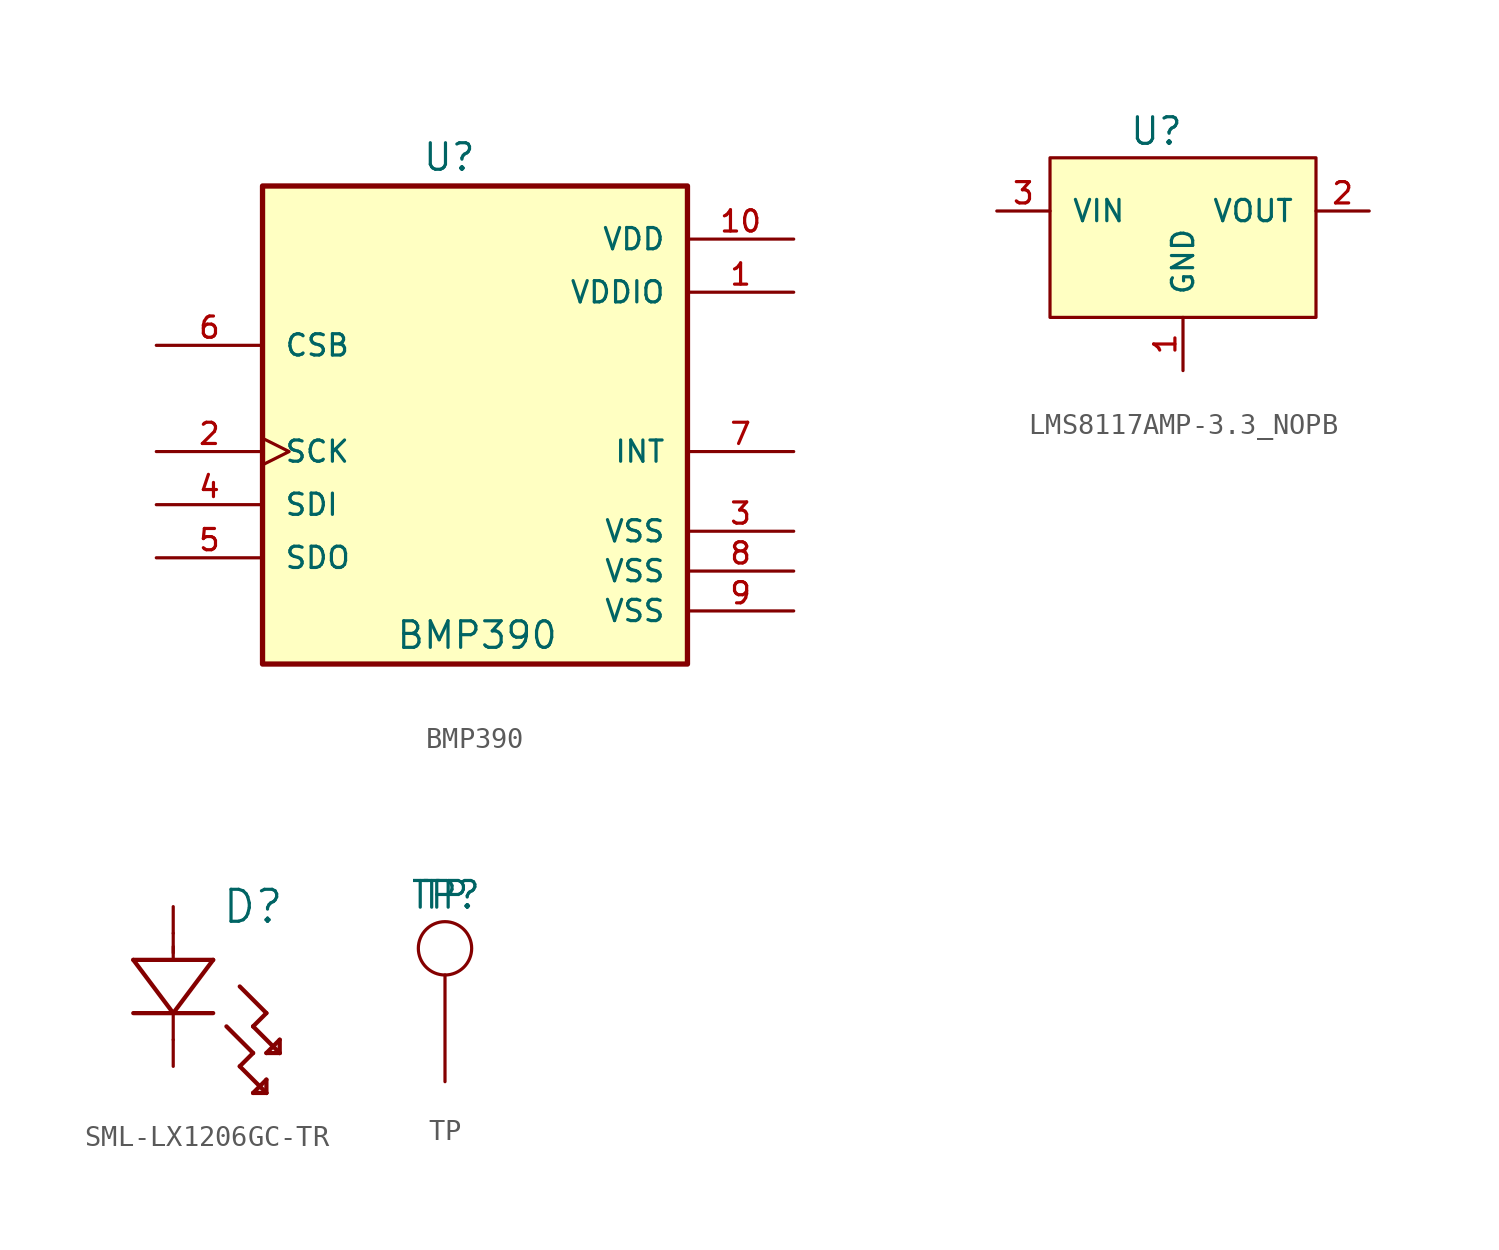
<source format=kicad_sym>
(kicad_symbol_lib
  (version 20220914)
  (generator kicad_symbol_editor)
  (symbol "BMP390"
    (pin_names
      (offset 1.016))
    (property "Reference" "U"
      (at -2.54 13.335 0)
      (effects (font (size 1.27 1.27)) (justify left bottom)))
    (property "Value" "BMP390"
      (at -3.81 -9.525 0)
      (effects (font (size 1.27 1.27)) (justify left bottom)))
    (symbol "BMP390_0_0"
      (rectangle (start -10.16 -10.16) (end 10.16 12.7) (stroke (width 0.254) (type default)) (fill (type background)))
      (pin power_in line (at 15.24 7.62 180) (length 5.08) (name "VDDIO" (effects (font (size 1.016 1.016)))) (number "1" (effects (font (size 1.016 1.016)))))
      (pin power_in line (at 15.24 10.16 180) (length 5.08) (name "VDD" (effects (font (size 1.016 1.016)))) (number "10" (effects (font (size 1.016 1.016)))))
      (pin input clock (at -15.24 0 0) (length 5.08) (name "SCK" (effects (font (size 1.016 1.016)))) (number "2" (effects (font (size 1.016 1.016)))))
      (pin power_in line (at 15.24 -3.81 180) (length 5.08) (name "VSS" (effects (font (size 1.016 1.016)))) (number "3" (effects (font (size 1.016 1.016)))))
      (pin input line (at -15.24 -2.54 0) (length 5.08) (name "SDI" (effects (font (size 1.016 1.016)))) (number "4" (effects (font (size 1.016 1.016)))))
      (pin input line (at -15.24 -5.08 0) (length 5.08) (name "SDO" (effects (font (size 1.016 1.016)))) (number "5" (effects (font (size 1.016 1.016)))))
      (pin input line (at -15.24 5.08 0) (length 5.08) (name "CSB" (effects (font (size 1.016 1.016)))) (number "6" (effects (font (size 1.016 1.016)))))
      (pin output line (at 15.24 0 180) (length 5.08) (name "INT" (effects (font (size 1.016 1.016)))) (number "7" (effects (font (size 1.016 1.016)))))
      (pin power_in line (at 15.24 -5.715 180) (length 5.08) (name "VSS" (effects (font (size 1.016 1.016)))) (number "8" (effects (font (size 1.016 1.016)))))
      (pin power_in line (at 15.24 -7.62 180) (length 5.08) (name "VSS" (effects (font (size 1.016 1.016)))) (number "9" (effects (font (size 1.016 1.016)))))))
  (symbol "LMS8117AMP-3.3_NOPB"
    (pin_names
      (offset 1.016))
    (property "Reference" "U"
      (at -1.27 5.08 0)
      (effects (font (size 1.27 1.27))))
    (symbol "LMS8117AMP-3.3_NOPB_0_1"
      (rectangle (start -6.35 3.81) (end 6.35 -3.81) (stroke (width 0) (type default)) (fill (type background))))
    (symbol "LMS8117AMP-3.3_NOPB_1_1"
      (pin input line (at 0 -6.35 90) (length 2.54) (name "GND" (effects (font (size 1.016 1.016)))) (number "1" (effects (font (size 1.016 1.016)))))
      (pin power_out line (at 8.89 1.27 180) (length 2.54) (name "VOUT" (effects (font (size 1.016 1.016)))) (number "2" (effects (font (size 1.016 1.016)))))
      (pin input line (at -8.89 1.27 0) (length 2.54) (name "VIN" (effects (font (size 1.016 1.016)))) (number "3" (effects (font (size 1.016 1.016)))))))
  (symbol "SML-LX1206GC-TR"
    (pin_numbers hide)
    (pin_names hide)
    (property "Reference" "D"
      (at 3.81 5.08 0)
      (effects (font (size 1.524 1.524))))
    (property "Datasheet" ""
      (at 0 6.35 90)
      (effects (font (size 1.524 1.524))))
    (symbol "SML-LX1206GC-TR_1_1"
      (polyline (pts (xy -1.905 0) (xy 1.905 0)) (stroke (width 0.203) (type default)) (fill (type none)))
      (polyline (pts (xy -1.905 2.54) (xy 0 0)) (stroke (width 0.203) (type default)) (fill (type none)))
      (polyline (pts (xy 0 0) (xy 0 -1.27)) (stroke (width 0.152) (type default)) (fill (type none)))
      (polyline (pts (xy 0 0) (xy 1.905 2.54)) (stroke (width 0.203) (type default)) (fill (type none)))
      (polyline (pts (xy 0 3.175) (xy 0 2.54)) (stroke (width 0.152) (type default)) (fill (type none)))
      (polyline (pts (xy 0 3.81) (xy 0 2.87)) (stroke (width 0.152) (type default)) (fill (type none)))
      (polyline (pts (xy 1.905 2.54) (xy -1.905 2.54)) (stroke (width 0.203) (type default)) (fill (type none)))
      (polyline (pts (xy 2.54 -0.635) (xy 3.81 -1.905)) (stroke (width 0.203) (type default)) (fill (type none)))
      (polyline (pts (xy 3.175 -2.54) (xy 4.445 -3.81)) (stroke (width 0.203) (type default)) (fill (type none)))
      (polyline (pts (xy 3.175 1.27) (xy 4.445 0)) (stroke (width 0.203) (type default)) (fill (type none)))
      (polyline (pts (xy 3.81 -3.81) (xy 4.445 -3.81)) (stroke (width 0.203) (type default)) (fill (type none)))
      (polyline (pts (xy 3.81 -1.905) (xy 3.175 -2.54)) (stroke (width 0.203) (type default)) (fill (type none)))
      (polyline (pts (xy 3.81 -0.635) (xy 5.08 -1.905)) (stroke (width 0.203) (type default)) (fill (type none)))
      (polyline (pts (xy 4.445 -3.81) (xy 4.445 -3.175)) (stroke (width 0.203) (type default)) (fill (type none)))
      (polyline (pts (xy 4.445 -3.175) (xy 3.81 -3.81)) (stroke (width 0.203) (type default)) (fill (type none)))
      (polyline (pts (xy 4.445 -1.905) (xy 5.08 -1.905)) (stroke (width 0.203) (type default)) (fill (type none)))
      (polyline (pts (xy 4.445 0) (xy 3.81 -0.635)) (stroke (width 0.203) (type default)) (fill (type none)))
      (polyline (pts (xy 5.08 -1.905) (xy 5.08 -1.27)) (stroke (width 0.203) (type default)) (fill (type none)))
      (polyline (pts (xy 5.08 -1.27) (xy 4.445 -1.905)) (stroke (width 0.203) (type default)) (fill (type none)))
      (pin passive line (at 0 -2.54 90) (length 1.27) (name "1" (effects (font (size 1.499 1.499)))) (number "1" (effects (font (size 1.499 1.499)))))
      (pin passive line (at 0 5.08 270) (length 1.27) (name "2" (effects (font (size 1.499 1.499)))) (number "2" (effects (font (size 1.499 1.499)))))))
  (symbol "TP"
    (pin_numbers hide)
    (pin_names
      (offset 1.016) hide)
    (property "Reference" "TP"
      (at 0 8.89 0)
      (effects (font (size 1.27 1.27))))
    (property "Value" "TP"
      (at 0 8.89 0)
      (effects (font (size 1.27 1.27))))
    (symbol "TP_0_1"
      (circle (center 0 6.35) (radius 1.27) (stroke (width 0) (type default)) (fill (type none))))
    (symbol "TP_1_1"
      (pin passive line (at 0 0 90) (length 5.08) (name "~" (effects (font (size 1.499 1.499)))) (number "1" (effects (font (size 1.499 1.499))))))))
</source>
